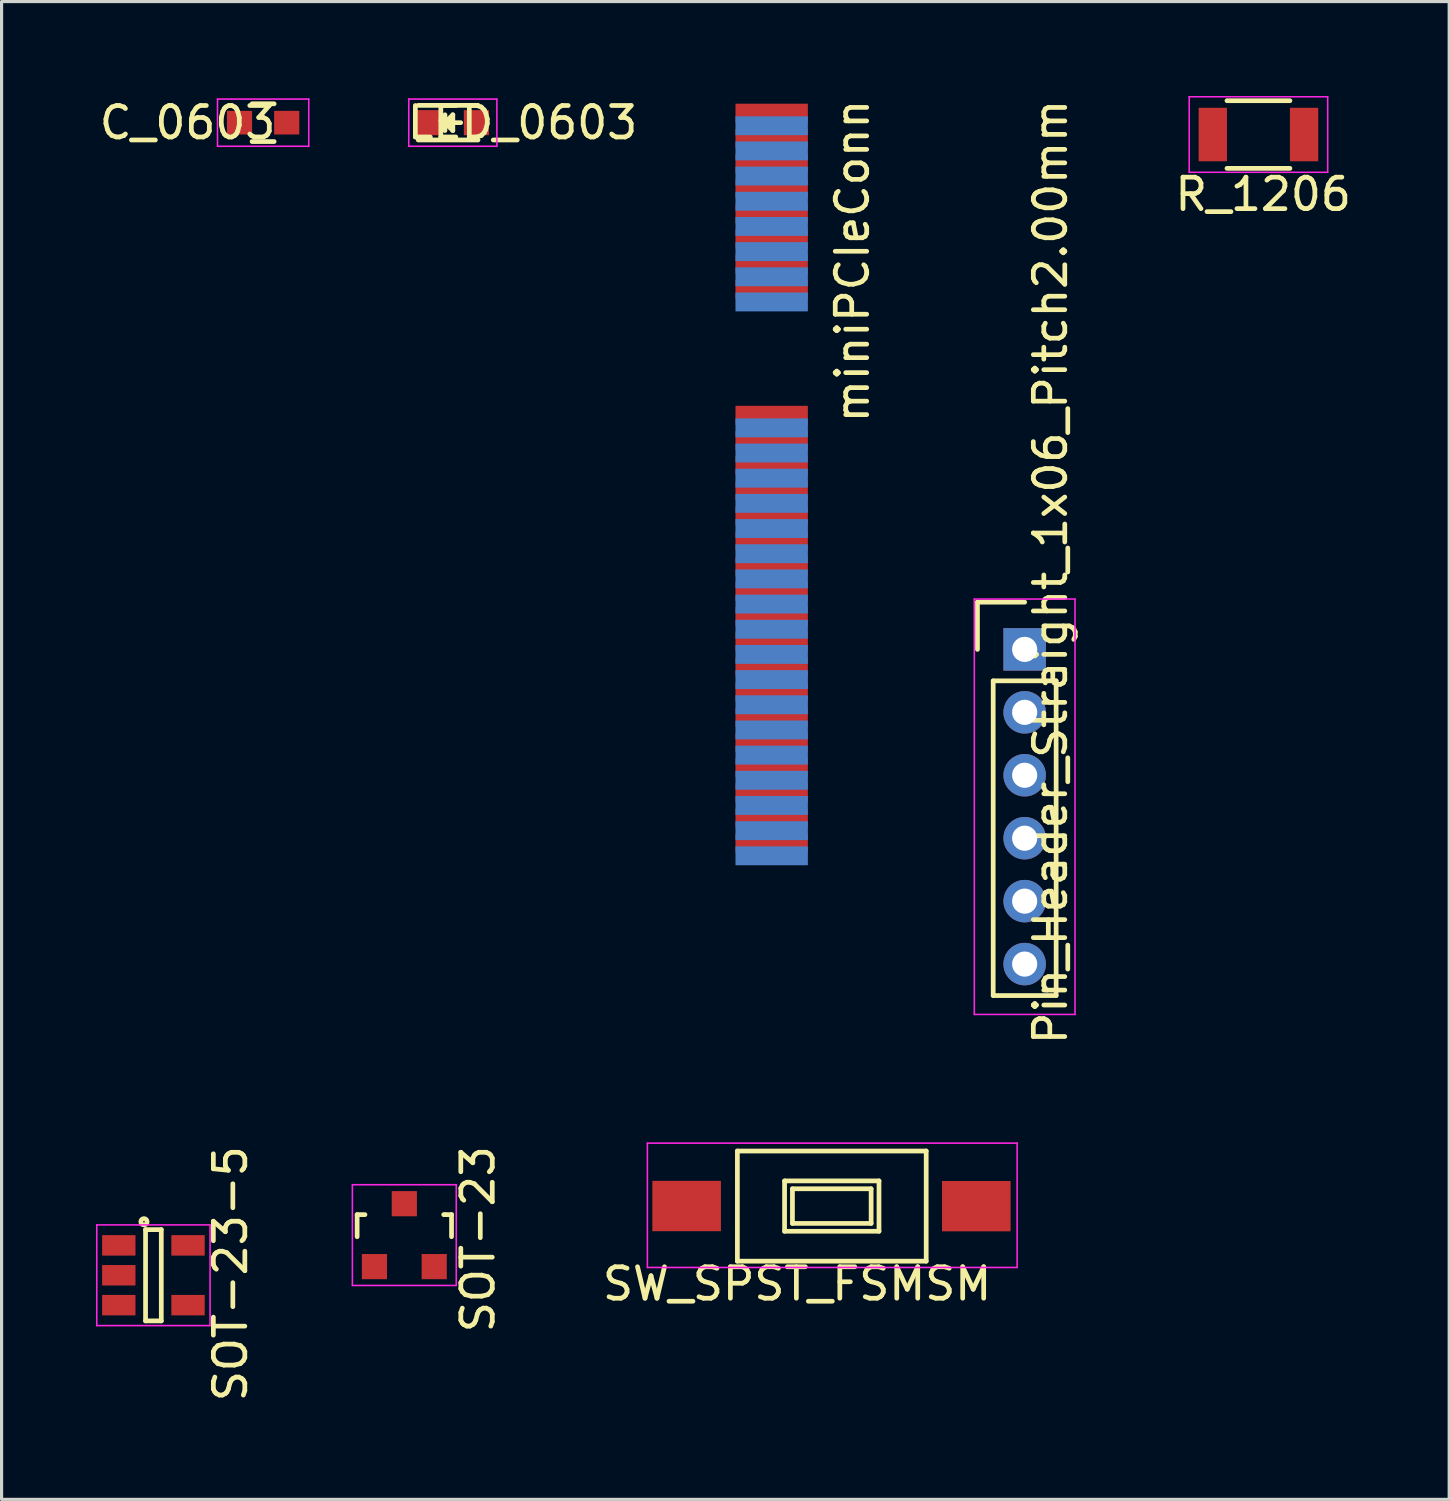
<source format=kicad_pcb>
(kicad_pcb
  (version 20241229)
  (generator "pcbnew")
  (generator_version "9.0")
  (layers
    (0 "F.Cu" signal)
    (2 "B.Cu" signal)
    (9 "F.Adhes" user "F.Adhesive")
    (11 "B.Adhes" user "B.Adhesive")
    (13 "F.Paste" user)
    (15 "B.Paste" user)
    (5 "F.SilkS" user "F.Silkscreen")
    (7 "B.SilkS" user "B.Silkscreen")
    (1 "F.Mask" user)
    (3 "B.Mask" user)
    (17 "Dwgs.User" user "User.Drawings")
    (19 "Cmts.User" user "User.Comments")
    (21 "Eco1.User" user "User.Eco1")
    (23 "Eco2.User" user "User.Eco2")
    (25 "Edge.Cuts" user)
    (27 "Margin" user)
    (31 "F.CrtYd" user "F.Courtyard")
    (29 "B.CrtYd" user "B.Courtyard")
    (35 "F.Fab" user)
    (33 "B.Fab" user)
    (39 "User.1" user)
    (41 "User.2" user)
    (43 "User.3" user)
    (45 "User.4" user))
  (footprint "SW_SPST_FSMSM"
    (layer "F.Cu")
    (at 23.371 35.275)
    (property "Reference" "SW_SPST_FSMSM" (at -1.092 2.473 0) (layer "F.SilkS") (effects (font (size 1 1) (thickness 0.15))))
    (attr smd)
    (fp_line (start -2.99 -1.75) (end -2.99 1.75) (stroke (width 0.15) (type solid)) (layer "F.SilkS"))
    (fp_line (start -2.99 -1.75) (end 3.01 -1.75) (stroke (width 0.15) (type solid)) (layer "F.SilkS"))
    (fp_line (start -2.99 1.75) (end 3.01 1.75) (stroke (width 0.15) (type solid)) (layer "F.SilkS"))
    (fp_line (start -1.49 -0.8) (end -1.49 0.8) (stroke (width 0.15) (type solid)) (layer "F.SilkS"))
    (fp_line (start -1.49 -0.8) (end 1.51 -0.8) (stroke (width 0.15) (type solid)) (layer "F.SilkS"))
    (fp_line (start -1.49 0.8) (end 1.51 0.8) (stroke (width 0.15) (type solid)) (layer "F.SilkS"))
    (fp_line (start -1.24 -0.55) (end 1.26 -0.55) (stroke (width 0.15) (type solid)) (layer "F.SilkS"))
    (fp_line (start -1.24 0.55) (end -1.24 -0.55) (stroke (width 0.15) (type solid)) (layer "F.SilkS"))
    (fp_line (start 1.26 -0.55) (end 1.26 0.55) (stroke (width 0.15) (type solid)) (layer "F.SilkS"))
    (fp_line (start 1.26 0.55) (end -1.24 0.55) (stroke (width 0.15) (type solid)) (layer "F.SilkS"))
    (fp_line (start 1.51 -0.8) (end 1.51 0.8) (stroke (width 0.15) (type solid)) (layer "F.SilkS"))
    (fp_line (start 3.01 -1.75) (end 3.01 1.75) (stroke (width 0.15) (type solid)) (layer "F.SilkS"))
    (fp_line (start -5.85 -2) (end -5.85 1.95) (stroke (width 0.05) (type solid)) (layer "F.CrtYd"))
    (fp_line (start -5.85 -2) (end 5.9 -2) (stroke (width 0.05) (type solid)) (layer "F.CrtYd"))
    (fp_line (start -5.85 1.95) (end 5.9 1.95) (stroke (width 0.05) (type solid)) (layer "F.CrtYd"))
    (fp_line (start 5.9 -2) (end 5.9 1.95) (stroke (width 0.05) (type solid)) (layer "F.CrtYd"))
    (pad "1" smd rect (at -4.602 -0.002) (size 2.18 1.6) (layers "F.Cu" "F.Mask" "F.Paste"))
    (pad "2" smd rect (at 4.602 0.002) (size 2.18 1.6) (layers "F.Cu" "F.Mask" "F.Paste")))
  (footprint "SOT-23-5"
    (layer "F.Cu")
    (at 1.825 37.473)
    (property "Reference" "SOT-23-5" (at 2.45 -0.05 270) (layer "F.SilkS") (effects (font (size 1 1) (thickness 0.15))))
    (attr smd)
    (fp_line (start -0.25 -1.45) (end -0.25 1.45) (stroke (width 0.15) (type solid)) (layer "F.SilkS"))
    (fp_line (start -0.25 1.45) (end 0.25 1.45) (stroke (width 0.15) (type solid)) (layer "F.SilkS"))
    (fp_line (start 0.25 -1.45) (end -0.25 -1.45) (stroke (width 0.15) (type solid)) (layer "F.SilkS"))
    (fp_line (start 0.25 1.45) (end 0.25 -1.45) (stroke (width 0.15) (type solid)) (layer "F.SilkS"))
    (fp_circle (center -0.3 -1.7) (end -0.2 -1.7) (stroke (width 0.15) (type solid)) (fill no) (layer "F.SilkS"))
    (fp_line (start -1.8 -1.6) (end 1.8 -1.6) (stroke (width 0.05) (type solid)) (layer "F.CrtYd"))
    (fp_line (start -1.8 1.6) (end -1.8 -1.6) (stroke (width 0.05) (type solid)) (layer "F.CrtYd"))
    (fp_line (start 1.8 -1.6) (end 1.8 1.6) (stroke (width 0.05) (type solid)) (layer "F.CrtYd"))
    (fp_line (start 1.8 1.6) (end -1.8 1.6) (stroke (width 0.05) (type solid)) (layer "F.CrtYd"))
    (pad "1" smd rect (at -1.1 -0.95) (size 1.06 0.65) (layers "F.Cu" "F.Mask" "F.Paste"))
    (pad "2" smd rect (at -1.1 0) (size 1.06 0.65) (layers "F.Cu" "F.Mask" "F.Paste"))
    (pad "3" smd rect (at -1.1 0.95) (size 1.06 0.65) (layers "F.Cu" "F.Mask" "F.Paste"))
    (pad "4" smd rect (at 1.1 0.95) (size 1.06 0.65) (layers "F.Cu" "F.Mask" "F.Paste"))
    (pad "5" smd rect (at 1.1 -0.95) (size 1.06 0.65) (layers "F.Cu" "F.Mask" "F.Paste")))
  (footprint "LED_0603"
    (layer "F.Cu")
    (at 11.339 0.848)
    (property "Reference" "LED_0603" (at 2.214 0 0) (layer "F.SilkS") (effects (font (size 1 1) (thickness 0.15))))
    (attr smd)
    (fp_line (start -1.1 -0.55) (end 0.8 -0.55) (stroke (width 0.15) (type solid)) (layer "F.SilkS"))
    (fp_line (start -1.1 0.55) (end 0.8 0.55) (stroke (width 0.15) (type solid)) (layer "F.SilkS"))
    (fp_line (start -0.25 -0.25) (end -0.25 0.25) (stroke (width 0.15) (type solid)) (layer "F.SilkS"))
    (fp_line (start -0.25 0) (end 0 -0.25) (stroke (width 0.15) (type solid)) (layer "F.SilkS"))
    (fp_line (start -0.2 0) (end 0.25 0) (stroke (width 0.15) (type solid)) (layer "F.SilkS"))
    (fp_line (start 0 -0.25) (end 0 0.25) (stroke (width 0.15) (type solid)) (layer "F.SilkS"))
    (fp_line (start 0 0.25) (end -0.25 0) (stroke (width 0.15) (type solid)) (layer "F.SilkS"))
    (fp_line (start -1.4 -0.75) (end 1.4 -0.75) (stroke (width 0.05) (type solid)) (layer "F.CrtYd"))
    (fp_line (start -1.4 0.75) (end -1.4 -0.75) (stroke (width 0.05) (type solid)) (layer "F.CrtYd"))
    (fp_line (start 1.4 -0.75) (end 1.4 0.75) (stroke (width 0.05) (type solid)) (layer "F.CrtYd"))
    (fp_line (start 1.4 0.75) (end -1.4 0.75) (stroke (width 0.05) (type solid)) (layer "F.CrtYd"))
    (pad "1" smd rect (at -0.749 0 180) (size 0.798 0.798) (layers "F.Cu" "F.Mask" "F.Paste"))
    (pad "2" smd rect (at 0.749 0 180) (size 0.798 0.798) (layers "F.Cu" "F.Mask" "F.Paste")))
  (footprint "Pin_Header_Straight_1x06_Pitch2.00mm"
    (layer "F.Cu")
    (at 29.51 17.585)
    (property "Reference" "Pin_Header_Straight_1x06_Pitch2.00mm" (at 0.82 -2.46 90) (layer "F.SilkS") (effects (font (size 1 1) (thickness 0.15))))
    (attr through_hole)
    (fp_line (start -1.5 -1.5) (end 0 -1.5) (stroke (width 0.15) (type solid)) (layer "F.SilkS"))
    (fp_line (start -1.5 0) (end -1.5 -1.5) (stroke (width 0.15) (type solid)) (layer "F.SilkS"))
    (fp_line (start -1 1) (end 1 1) (stroke (width 0.15) (type solid)) (layer "F.SilkS"))
    (fp_line (start -1 11) (end -1 1) (stroke (width 0.15) (type solid)) (layer "F.SilkS"))
    (fp_line (start 1 1) (end 1 11) (stroke (width 0.15) (type solid)) (layer "F.SilkS"))
    (fp_line (start 1 11) (end -1 11) (stroke (width 0.15) (type solid)) (layer "F.SilkS"))
    (fp_line (start -1.6 -1.6) (end 1.6 -1.6) (stroke (width 0.05) (type solid)) (layer "F.CrtYd"))
    (fp_line (start -1.6 11.6) (end -1.6 -1.6) (stroke (width 0.05) (type solid)) (layer "F.CrtYd"))
    (fp_line (start 1.6 -1.6) (end 1.6 11.6) (stroke (width 0.05) (type solid)) (layer "F.CrtYd"))
    (fp_line (start 1.6 11.6) (end -1.6 11.6) (stroke (width 0.05) (type solid)) (layer "F.CrtYd"))
    (pad "1" thru_hole rect (at 0 0) (size 1.35 1.35) (drill 0.8) (layers "*.Cu" "*.Mask"))
    (pad "2" thru_hole circle (at 0 2) (size 1.35 1.35) (drill 0.8) (layers "*.Cu" "*.Mask"))
    (pad "3" thru_hole circle (at 0 4) (size 1.35 1.35) (drill 0.8) (layers "*.Cu" "*.Mask"))
    (pad "4" thru_hole circle (at 0 6) (size 1.35 1.35) (drill 0.8) (layers "*.Cu" "*.Mask"))
    (pad "5" thru_hole circle (at 0 8) (size 1.35 1.35) (drill 0.8) (layers "*.Cu" "*.Mask"))
    (pad "6" thru_hole circle (at 0 10) (size 1.35 1.35) (drill 0.8) (layers "*.Cu" "*.Mask")))
  (footprint "miniPCIeConn"
    (layer "F.Cu")
    (at 21.471 8.495)
    (property "Reference" "miniPCIeConn" (at 2.565 -3.251 90) (layer "F.SilkS") (effects (font (size 1 1) (thickness 0.15))))
    (attr through_hole)
    (pad "1" smd rect (at 0 -7.95) (size 2.3 0.6) (layers "F.Cu" "F.Mask" "F.Paste"))
    (pad "2" smd rect (at 0 -7.55) (size 2.3 0.6) (layers "B.Cu" "B.Mask" "B.Paste"))
    (pad "3" smd rect (at 0 -7.15) (size 2.3 0.6) (layers "F.Cu" "F.Mask" "F.Paste"))
    (pad "4" smd rect (at 0 -6.75) (size 2.3 0.6) (layers "B.Cu" "B.Mask" "B.Paste"))
    (pad "5" smd rect (at 0 -6.35) (size 2.3 0.6) (layers "F.Cu" "F.Mask" "F.Paste"))
    (pad "6" smd rect (at 0 -5.95) (size 2.3 0.6) (layers "B.Cu" "B.Mask" "B.Paste"))
    (pad "7" smd rect (at 0 -5.55) (size 2.3 0.6) (layers "F.Cu" "F.Mask" "F.Paste"))
    (pad "8" smd rect (at 0 -5.15) (size 2.3 0.6) (layers "B.Cu" "B.Mask" "B.Paste"))
    (pad "9" smd rect (at 0 -4.75) (size 2.3 0.6) (layers "F.Cu" "F.Mask" "F.Paste"))
    (pad "10" smd rect (at 0 -4.35) (size 2.3 0.6) (layers "B.Cu" "B.Mask" "B.Paste"))
    (pad "11" smd rect (at 0 -3.95) (size 2.3 0.6) (layers "F.Cu" "F.Mask" "F.Paste"))
    (pad "12" smd rect (at 0 -3.55) (size 2.3 0.6) (layers "B.Cu" "B.Mask" "B.Paste"))
    (pad "13" smd rect (at 0 -3.15) (size 2.3 0.6) (layers "F.Cu" "F.Mask" "F.Paste"))
    (pad "14" smd rect (at 0 -2.75) (size 2.3 0.6) (layers "B.Cu" "B.Mask" "B.Paste"))
    (pad "15" smd rect (at 0 -2.35) (size 2.3 0.6) (layers "F.Cu" "F.Mask" "F.Paste"))
    (pad "16" smd rect (at 0 -1.95) (size 2.3 0.6) (layers "B.Cu" "B.Mask" "B.Paste"))
    (pad "17" smd rect (at 0 1.65) (size 2.3 0.6) (layers "F.Cu" "F.Mask" "F.Paste"))
    (pad "18" smd rect (at 0 2.05) (size 2.3 0.6) (layers "B.Cu" "B.Mask" "B.Paste"))
    (pad "19" smd rect (at 0 2.45) (size 2.3 0.6) (layers "F.Cu" "F.Mask" "F.Paste"))
    (pad "20" smd rect (at 0 2.85) (size 2.3 0.6) (layers "B.Cu" "B.Mask" "B.Paste"))
    (pad "21" smd rect (at 0 3.25) (size 2.3 0.6) (layers "F.Cu" "F.Mask" "F.Paste"))
    (pad "22" smd rect (at 0 3.65) (size 2.3 0.6) (layers "B.Cu" "B.Mask" "B.Paste"))
    (pad "23" smd rect (at 0 4.05) (size 2.3 0.6) (layers "F.Cu" "F.Mask" "F.Paste"))
    (pad "24" smd rect (at 0 4.45) (size 2.3 0.6) (layers "B.Cu" "B.Mask" "B.Paste"))
    (pad "25" smd rect (at 0 4.85) (size 2.3 0.6) (layers "F.Cu" "F.Mask" "F.Paste"))
    (pad "26" smd rect (at 0 5.25) (size 2.3 0.6) (layers "B.Cu" "B.Mask" "B.Paste"))
    (pad "27" smd rect (at 0 5.65) (size 2.3 0.6) (layers "F.Cu" "F.Mask" "F.Paste"))
    (pad "28" smd rect (at 0 6.05) (size 2.3 0.6) (layers "B.Cu" "B.Mask" "B.Paste"))
    (pad "29" smd rect (at 0 6.45) (size 2.3 0.6) (layers "F.Cu" "F.Mask" "F.Paste"))
    (pad "30" smd rect (at 0 6.85) (size 2.3 0.6) (layers "B.Cu" "B.Mask" "B.Paste"))
    (pad "31" smd rect (at 0 7.25) (size 2.3 0.6) (layers "F.Cu" "F.Mask" "F.Paste"))
    (pad "32" smd rect (at 0 7.65) (size 2.3 0.6) (layers "B.Cu" "B.Mask" "B.Paste"))
    (pad "33" smd rect (at 0 8.05) (size 2.3 0.6) (layers "F.Cu" "F.Mask" "F.Paste"))
    (pad "34" smd rect (at 0 8.45) (size 2.3 0.6) (layers "B.Cu" "B.Mask" "B.Paste"))
    (pad "35" smd rect (at 0 8.85) (size 2.3 0.6) (layers "F.Cu" "F.Mask" "F.Paste"))
    (pad "36" smd rect (at 0 9.25) (size 2.3 0.6) (layers "B.Cu" "B.Mask" "B.Paste"))
    (pad "37" smd rect (at 0 9.65) (size 2.3 0.6) (layers "F.Cu" "F.Mask" "F.Paste"))
    (pad "38" smd rect (at 0 10.05) (size 2.3 0.6) (layers "B.Cu" "B.Mask" "B.Paste"))
    (pad "39" smd rect (at 0 10.45) (size 2.3 0.6) (layers "F.Cu" "F.Mask" "F.Paste"))
    (pad "40" smd rect (at 0 10.85) (size 2.3 0.6) (layers "B.Cu" "B.Mask" "B.Paste"))
    (pad "41" smd rect (at 0 11.25) (size 2.3 0.6) (layers "F.Cu" "F.Mask" "F.Paste"))
    (pad "42" smd rect (at 0 11.65) (size 2.3 0.6) (layers "B.Cu" "B.Mask" "B.Paste"))
    (pad "43" smd rect (at 0 12.05) (size 2.3 0.6) (layers "F.Cu" "F.Mask" "F.Paste"))
    (pad "44" smd rect (at 0 12.45) (size 2.3 0.6) (layers "B.Cu" "B.Mask" "B.Paste"))
    (pad "45" smd rect (at 0 12.85) (size 2.3 0.6) (layers "F.Cu" "F.Mask" "F.Paste"))
    (pad "46" smd rect (at 0 13.25) (size 2.3 0.6) (layers "B.Cu" "B.Mask" "B.Paste"))
    (pad "47" smd rect (at 0 13.65) (size 2.3 0.6) (layers "F.Cu" "F.Mask" "F.Paste"))
    (pad "48" smd rect (at 0 14.05) (size 2.3 0.6) (layers "B.Cu" "B.Mask" "B.Paste"))
    (pad "49" smd rect (at 0 14.45) (size 2.3 0.6) (layers "F.Cu" "F.Mask" "F.Paste"))
    (pad "50" smd rect (at 0 14.85) (size 2.3 0.6) (layers "B.Cu" "B.Mask" "B.Paste"))
    (pad "51" smd rect (at 0 15.25) (size 2.3 0.6) (layers "F.Cu" "F.Mask" "F.Paste"))
    (pad "52" smd rect (at 0 15.65) (size 2.3 0.6) (layers "B.Cu" "B.Mask" "B.Paste")))
  (footprint "C_0603"
    (layer "F.Cu")
    (at 5.311 0.848)
    (property "Reference" "C_0603" (at -2.4 0 0) (layer "F.SilkS") (effects (font (size 1 1) (thickness 0.15))))
    (attr smd)
    (fp_line (start -0.35 -0.6) (end 0.35 -0.6) (stroke (width 0.15) (type solid)) (layer "F.SilkS"))
    (fp_line (start 0.35 0.6) (end -0.35 0.6) (stroke (width 0.15) (type solid)) (layer "F.SilkS"))
    (fp_line (start -1.45 -0.75) (end -1.45 0.75) (stroke (width 0.05) (type solid)) (layer "F.CrtYd"))
    (fp_line (start -1.45 -0.75) (end 1.45 -0.75) (stroke (width 0.05) (type solid)) (layer "F.CrtYd"))
    (fp_line (start -1.45 0.75) (end 1.45 0.75) (stroke (width 0.05) (type solid)) (layer "F.CrtYd"))
    (fp_line (start 1.45 -0.75) (end 1.45 0.75) (stroke (width 0.05) (type solid)) (layer "F.CrtYd"))
    (pad "1" smd rect (at -0.75 0) (size 0.8 0.75) (layers "F.Cu" "F.Mask" "F.Paste"))
    (pad "2" smd rect (at 0.75 0) (size 0.8 0.75) (layers "F.Cu" "F.Mask" "F.Paste")))
  (footprint "R_1206"
    (layer "F.Cu")
    (at 36.939 1.225)
    (property "Reference" "R_1206" (at 0.15 1.9 0) (layer "F.SilkS") (effects (font (size 1 1) (thickness 0.15))))
    (attr smd)
    (fp_line (start -1 -1.075) (end 1 -1.075) (stroke (width 0.15) (type solid)) (layer "F.SilkS"))
    (fp_line (start 1 1.075) (end -1 1.075) (stroke (width 0.15) (type solid)) (layer "F.SilkS"))
    (fp_line (start -2.2 -1.2) (end -2.2 1.2) (stroke (width 0.05) (type solid)) (layer "F.CrtYd"))
    (fp_line (start -2.2 -1.2) (end 2.2 -1.2) (stroke (width 0.05) (type solid)) (layer "F.CrtYd"))
    (fp_line (start -2.2 1.2) (end 2.2 1.2) (stroke (width 0.05) (type solid)) (layer "F.CrtYd"))
    (fp_line (start 2.2 -1.2) (end 2.2 1.2) (stroke (width 0.05) (type solid)) (layer "F.CrtYd"))
    (pad "1" smd rect (at -1.45 0) (size 0.9 1.7) (layers "F.Cu" "F.Mask" "F.Paste"))
    (pad "2" smd rect (at 1.45 0) (size 0.9 1.7) (layers "F.Cu" "F.Mask" "F.Paste")))
  (footprint "SOT-23"
    (layer "F.Cu")
    (at 9.798 36.197)
    (property "Reference" "SOT-23" (at 2.34 0.13 270) (layer "F.SilkS") (effects (font (size 1 1) (thickness 0.15))))
    (attr smd)
    (fp_line (start -1.5 -0.65) (end -1.251 -0.65) (stroke (width 0.15) (type solid)) (layer "F.SilkS"))
    (fp_line (start -1.5 0.051) (end -1.5 -0.65) (stroke (width 0.15) (type solid)) (layer "F.SilkS"))
    (fp_line (start 1.299 -0.65) (end 1.251 -0.65) (stroke (width 0.15) (type solid)) (layer "F.SilkS"))
    (fp_line (start 1.299 -0.65) (end 1.5 -0.65) (stroke (width 0.15) (type solid)) (layer "F.SilkS"))
    (fp_line (start 1.5 -0.65) (end 1.5 0.051) (stroke (width 0.15) (type solid)) (layer "F.SilkS"))
    (fp_line (start -1.65 -1.6) (end 1.65 -1.6) (stroke (width 0.05) (type solid)) (layer "F.CrtYd"))
    (fp_line (start -1.65 1.6) (end -1.65 -1.6) (stroke (width 0.05) (type solid)) (layer "F.CrtYd"))
    (fp_line (start 1.65 -1.6) (end 1.65 1.6) (stroke (width 0.05) (type solid)) (layer "F.CrtYd"))
    (fp_line (start 1.65 1.6) (end -1.65 1.6) (stroke (width 0.05) (type solid)) (layer "F.CrtYd"))
    (pad "1" smd rect (at -0.95 1.001) (size 0.8 0.8) (layers "F.Cu" "F.Mask" "F.Paste"))
    (pad "2" smd rect (at 0.95 1.001) (size 0.8 0.8) (layers "F.Cu" "F.Mask" "F.Paste"))
    (pad "3" smd rect (at 0 -0.998) (size 0.8 0.8) (layers "F.Cu" "F.Mask" "F.Paste")))
  (gr_rect
    (start -3 -3)
    (end 43 44.595)
    (stroke (width 0.1) (type default))
    (fill no)
    (layer "Edge.Cuts")))
</source>
